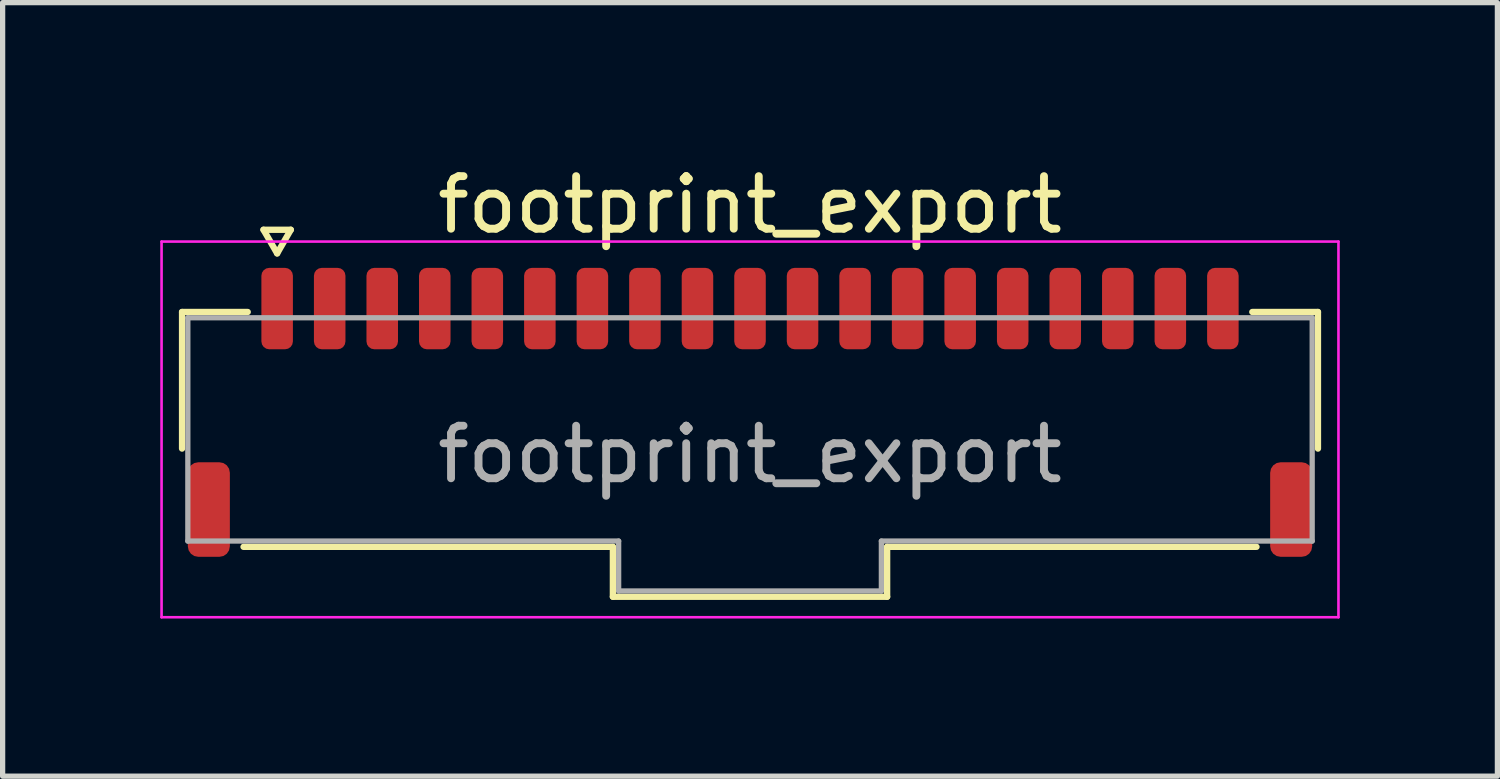
<source format=kicad_pcb>
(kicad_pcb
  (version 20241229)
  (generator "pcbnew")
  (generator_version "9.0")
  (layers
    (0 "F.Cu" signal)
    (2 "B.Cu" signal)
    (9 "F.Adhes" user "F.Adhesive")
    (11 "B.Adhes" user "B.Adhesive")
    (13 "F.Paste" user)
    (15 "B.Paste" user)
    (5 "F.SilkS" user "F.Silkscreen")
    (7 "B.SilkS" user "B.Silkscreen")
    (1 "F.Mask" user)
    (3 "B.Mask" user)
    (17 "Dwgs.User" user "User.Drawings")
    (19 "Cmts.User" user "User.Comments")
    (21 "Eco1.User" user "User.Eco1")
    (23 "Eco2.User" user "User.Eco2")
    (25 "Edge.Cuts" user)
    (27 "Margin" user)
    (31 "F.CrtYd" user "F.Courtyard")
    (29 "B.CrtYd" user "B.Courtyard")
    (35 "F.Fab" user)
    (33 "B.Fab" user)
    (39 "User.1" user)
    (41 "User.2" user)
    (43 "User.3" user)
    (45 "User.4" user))
  (footprint "footprint_export"
    (layer "F.Cu")
    (at 11.225 5.598)
    (property "Reference" "footprint_export" (at 0 -4.75 0) (layer "F.SilkS") (effects (font (size 1 1) (thickness 0.15))))
    (attr smd)
    (fp_line (start -10.81 -2.71) (end -9.56 -2.71) (stroke (width 0.12) (type solid)) (layer "F.SilkS"))
    (fp_line (start -10.81 -0.11) (end -10.81 -2.71) (stroke (width 0.12) (type solid)) (layer "F.SilkS"))
    (fp_line (start -9.26 -4.275) (end -9 -3.825) (stroke (width 0.12) (type solid)) (layer "F.SilkS"))
    (fp_line (start -9 -3.825) (end -8.74 -4.275) (stroke (width 0.12) (type solid)) (layer "F.SilkS"))
    (fp_line (start -8.74 -4.275) (end -9.26 -4.275) (stroke (width 0.12) (type solid)) (layer "F.SilkS"))
    (fp_line (start -2.61 1.76) (end -9.64 1.76) (stroke (width 0.12) (type solid)) (layer "F.SilkS"))
    (fp_line (start -2.61 2.71) (end -2.61 1.76) (stroke (width 0.12) (type solid)) (layer "F.SilkS"))
    (fp_line (start 2.61 1.76) (end 2.61 2.71) (stroke (width 0.12) (type solid)) (layer "F.SilkS"))
    (fp_line (start 2.61 2.71) (end -2.61 2.71) (stroke (width 0.12) (type solid)) (layer "F.SilkS"))
    (fp_line (start 9.56 -2.71) (end 10.81 -2.71) (stroke (width 0.12) (type solid)) (layer "F.SilkS"))
    (fp_line (start 9.64 1.76) (end 2.61 1.76) (stroke (width 0.12) (type solid)) (layer "F.SilkS"))
    (fp_line (start 10.81 -2.71) (end 10.81 -0.11) (stroke (width 0.12) (type solid)) (layer "F.SilkS"))
    (fp_line (start -11.2 -4.05) (end -11.2 3.1) (stroke (width 0.05) (type solid)) (layer "F.CrtYd"))
    (fp_line (start -11.2 3.1) (end 11.2 3.1) (stroke (width 0.05) (type solid)) (layer "F.CrtYd"))
    (fp_line (start 11.2 -4.05) (end -11.2 -4.05) (stroke (width 0.05) (type solid)) (layer "F.CrtYd"))
    (fp_line (start 11.2 3.1) (end 11.2 -4.05) (stroke (width 0.05) (type solid)) (layer "F.CrtYd"))
    (fp_line (start -10.7 -2.6) (end 10.7 -2.6) (stroke (width 0.1) (type solid)) (layer "F.Fab"))
    (fp_line (start -10.7 1.65) (end -10.7 -2.6) (stroke (width 0.1) (type solid)) (layer "F.Fab"))
    (fp_line (start -2.5 1.65) (end -10.7 1.65) (stroke (width 0.1) (type solid)) (layer "F.Fab"))
    (fp_line (start -2.5 2.6) (end -2.5 1.65) (stroke (width 0.1) (type solid)) (layer "F.Fab"))
    (fp_line (start 2.5 1.65) (end 2.5 2.6) (stroke (width 0.1) (type solid)) (layer "F.Fab"))
    (fp_line (start 2.5 2.6) (end -2.5 2.6) (stroke (width 0.1) (type solid)) (layer "F.Fab"))
    (fp_line (start 10.7 -2.6) (end 10.7 1.65) (stroke (width 0.1) (type solid)) (layer "F.Fab"))
    (fp_line (start 10.7 1.65) (end 2.5 1.65) (stroke (width 0.1) (type solid)) (layer "F.Fab"))
    (fp_text user "${REFERENCE}" (at 0 0 0) (layer "F.Fab") (effects (font (size 1 1) (thickness 0.15))))
    (pad "1" smd roundrect (at -9 -2.775) (size 0.6 1.55) (layers "F.Cu" "F.Mask" "F.Paste") (roundrect_rratio 0.25))
    (pad "2" smd roundrect (at -8 -2.775) (size 0.6 1.55) (layers "F.Cu" "F.Mask" "F.Paste") (roundrect_rratio 0.25))
    (pad "3" smd roundrect (at -7 -2.775) (size 0.6 1.55) (layers "F.Cu" "F.Mask" "F.Paste") (roundrect_rratio 0.25))
    (pad "4" smd roundrect (at -6 -2.775) (size 0.6 1.55) (layers "F.Cu" "F.Mask" "F.Paste") (roundrect_rratio 0.25))
    (pad "5" smd roundrect (at -5 -2.775) (size 0.6 1.55) (layers "F.Cu" "F.Mask" "F.Paste") (roundrect_rratio 0.25))
    (pad "6" smd roundrect (at -4 -2.775) (size 0.6 1.55) (layers "F.Cu" "F.Mask" "F.Paste") (roundrect_rratio 0.25))
    (pad "7" smd roundrect (at -3 -2.775) (size 0.6 1.55) (layers "F.Cu" "F.Mask" "F.Paste") (roundrect_rratio 0.25))
    (pad "8" smd roundrect (at -2 -2.775) (size 0.6 1.55) (layers "F.Cu" "F.Mask" "F.Paste") (roundrect_rratio 0.25))
    (pad "9" smd roundrect (at -1 -2.775) (size 0.6 1.55) (layers "F.Cu" "F.Mask" "F.Paste") (roundrect_rratio 0.25))
    (pad "10" smd roundrect (at 0 -2.775) (size 0.6 1.55) (layers "F.Cu" "F.Mask" "F.Paste") (roundrect_rratio 0.25))
    (pad "11" smd roundrect (at 1 -2.775) (size 0.6 1.55) (layers "F.Cu" "F.Mask" "F.Paste") (roundrect_rratio 0.25))
    (pad "12" smd roundrect (at 2 -2.775) (size 0.6 1.55) (layers "F.Cu" "F.Mask" "F.Paste") (roundrect_rratio 0.25))
    (pad "13" smd roundrect (at 3 -2.775) (size 0.6 1.55) (layers "F.Cu" "F.Mask" "F.Paste") (roundrect_rratio 0.25))
    (pad "14" smd roundrect (at 4 -2.775) (size 0.6 1.55) (layers "F.Cu" "F.Mask" "F.Paste") (roundrect_rratio 0.25))
    (pad "15" smd roundrect (at 5 -2.775) (size 0.6 1.55) (layers "F.Cu" "F.Mask" "F.Paste") (roundrect_rratio 0.25))
    (pad "16" smd roundrect (at 6 -2.775) (size 0.6 1.55) (layers "F.Cu" "F.Mask" "F.Paste") (roundrect_rratio 0.25))
    (pad "17" smd roundrect (at 7 -2.775) (size 0.6 1.55) (layers "F.Cu" "F.Mask" "F.Paste") (roundrect_rratio 0.25))
    (pad "18" smd roundrect (at 8 -2.775) (size 0.6 1.55) (layers "F.Cu" "F.Mask" "F.Paste") (roundrect_rratio 0.25))
    (pad "19" smd roundrect (at 9 -2.775) (size 0.6 1.55) (layers "F.Cu" "F.Mask" "F.Paste") (roundrect_rratio 0.25))
    (pad "MP" smd roundrect (at -10.3 1.05) (size 0.8 1.8) (layers "F.Cu" "F.Mask" "F.Paste") (roundrect_rratio 0.25))
    (pad "MP" smd roundrect (at 10.3 1.05) (size 0.8 1.8) (layers "F.Cu" "F.Mask" "F.Paste") (roundrect_rratio 0.25)))
  (gr_rect
    (start -3 -3)
    (end 25.45 11.723)
    (stroke (width 0.1) (type default))
    (fill no)
    (layer "Edge.Cuts")))
</source>
